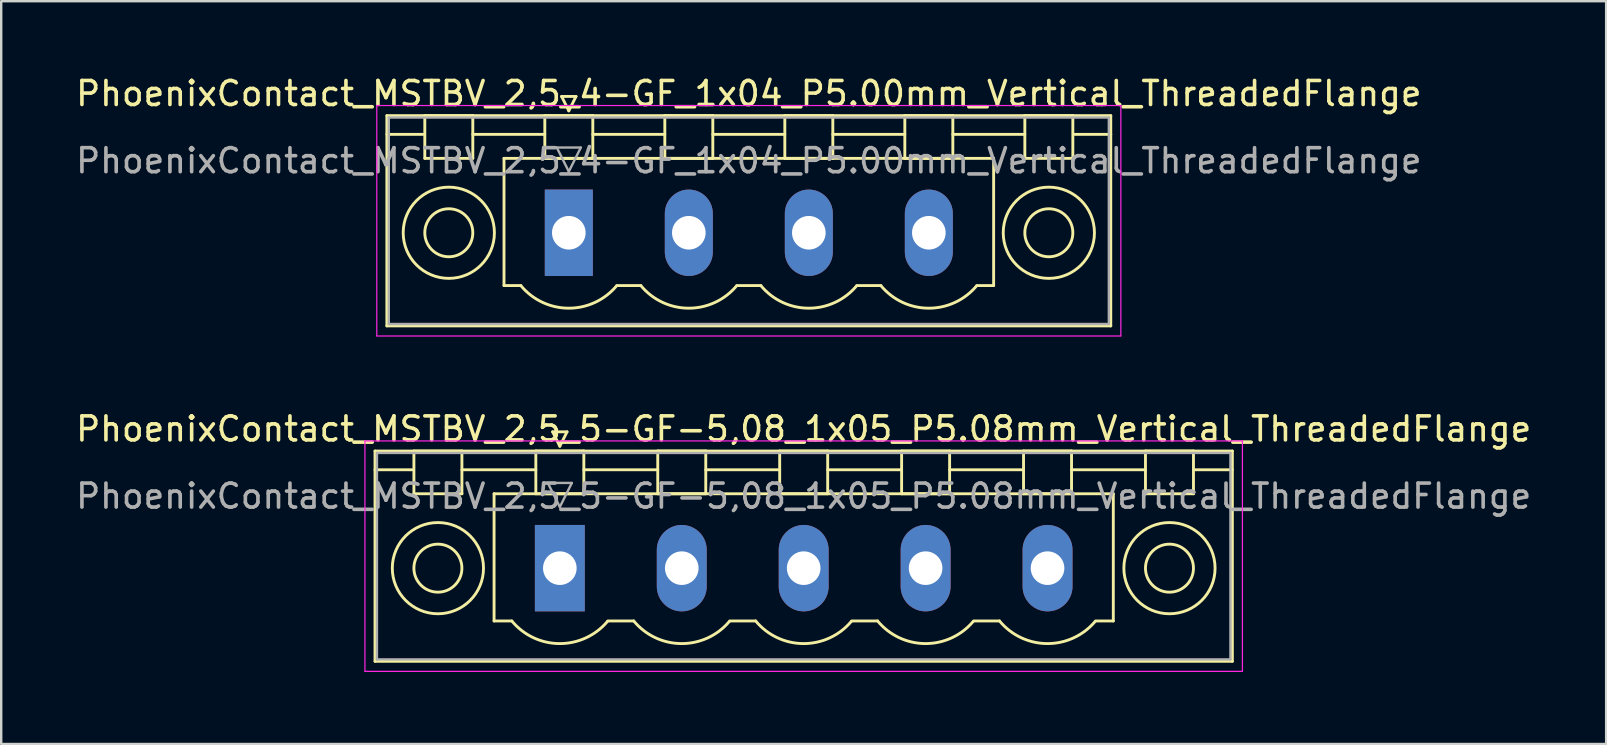
<source format=kicad_pcb>
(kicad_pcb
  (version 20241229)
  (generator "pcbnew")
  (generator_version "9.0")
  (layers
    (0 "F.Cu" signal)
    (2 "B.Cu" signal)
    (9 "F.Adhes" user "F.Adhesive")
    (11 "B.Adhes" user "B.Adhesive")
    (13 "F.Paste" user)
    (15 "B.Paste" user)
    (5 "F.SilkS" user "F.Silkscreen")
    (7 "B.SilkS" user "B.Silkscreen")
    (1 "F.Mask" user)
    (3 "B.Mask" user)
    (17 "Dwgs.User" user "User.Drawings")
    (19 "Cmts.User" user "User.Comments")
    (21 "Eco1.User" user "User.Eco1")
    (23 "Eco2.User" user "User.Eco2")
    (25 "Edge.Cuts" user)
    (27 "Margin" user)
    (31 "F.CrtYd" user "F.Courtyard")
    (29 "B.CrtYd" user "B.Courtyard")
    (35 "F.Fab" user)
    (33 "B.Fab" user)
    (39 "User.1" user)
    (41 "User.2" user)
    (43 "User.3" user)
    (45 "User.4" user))
  (footprint "PhoenixContact_MSTBV_2,5_5-GF-5,08_1x05_P5.08mm_Vertical_ThreadedFlange"
    (layer "F.Cu")
    (at 20.275 20.622)
    (property "Reference" "PhoenixContact_MSTBV_2,5_5-GF-5,08_1x05_P5.08mm_Vertical_ThreadedFlange" (at 10.16 -5.8 0) (layer "F.SilkS") (effects (font (size 1 1) (thickness 0.15))))
    (attr through_hole)
    (fp_line (start -7.7 -4.88) (end -7.7 3.88) (stroke (width 0.12) (type solid)) (layer "F.SilkS"))
    (fp_line (start -7.7 -4.1) (end -6.16 -4.1) (stroke (width 0.12) (type solid)) (layer "F.SilkS"))
    (fp_line (start -7.7 3.88) (end 28.02 3.88) (stroke (width 0.12) (type solid)) (layer "F.SilkS"))
    (fp_line (start -6.08 -4.88) (end -4.08 -4.88) (stroke (width 0.12) (type solid)) (layer "F.SilkS"))
    (fp_line (start -6.08 -3.1) (end -6.08 -4.88) (stroke (width 0.12) (type solid)) (layer "F.SilkS"))
    (fp_line (start -4.08 -4.88) (end -4.08 -3.1) (stroke (width 0.12) (type solid)) (layer "F.SilkS"))
    (fp_line (start -4.08 -4.1) (end -1 -4.1) (stroke (width 0.12) (type solid)) (layer "F.SilkS"))
    (fp_line (start -4.08 -3.1) (end -6.08 -3.1) (stroke (width 0.12) (type solid)) (layer "F.SilkS"))
    (fp_line (start -2.74 -3.1) (end 23.06 -3.1) (stroke (width 0.12) (type solid)) (layer "F.SilkS"))
    (fp_line (start -2.74 2.2) (end -2.74 -3.1) (stroke (width 0.12) (type solid)) (layer "F.SilkS"))
    (fp_line (start -2 2.2) (end -2.74 2.2) (stroke (width 0.12) (type solid)) (layer "F.SilkS"))
    (fp_line (start -1 -4.88) (end 1 -4.88) (stroke (width 0.12) (type solid)) (layer "F.SilkS"))
    (fp_line (start -1 -3.1) (end -1 -4.88) (stroke (width 0.12) (type solid)) (layer "F.SilkS"))
    (fp_line (start -0.3 -5.68) (end 0.3 -5.68) (stroke (width 0.12) (type solid)) (layer "F.SilkS"))
    (fp_line (start 0 -5.08) (end -0.3 -5.68) (stroke (width 0.12) (type solid)) (layer "F.SilkS"))
    (fp_line (start 0.3 -5.68) (end 0 -5.08) (stroke (width 0.12) (type solid)) (layer "F.SilkS"))
    (fp_line (start 1 -4.88) (end 1 -3.1) (stroke (width 0.12) (type solid)) (layer "F.SilkS"))
    (fp_line (start 1 -4.1) (end 4.08 -4.1) (stroke (width 0.12) (type solid)) (layer "F.SilkS"))
    (fp_line (start 1 -3.1) (end -1 -3.1) (stroke (width 0.12) (type solid)) (layer "F.SilkS"))
    (fp_line (start 2 2.2) (end 3.08 2.2) (stroke (width 0.12) (type solid)) (layer "F.SilkS"))
    (fp_line (start 4.08 -4.88) (end 6.08 -4.88) (stroke (width 0.12) (type solid)) (layer "F.SilkS"))
    (fp_line (start 4.08 -3.1) (end 4.08 -4.88) (stroke (width 0.12) (type solid)) (layer "F.SilkS"))
    (fp_line (start 6.08 -4.88) (end 6.08 -3.1) (stroke (width 0.12) (type solid)) (layer "F.SilkS"))
    (fp_line (start 6.08 -4.1) (end 9.16 -4.1) (stroke (width 0.12) (type solid)) (layer "F.SilkS"))
    (fp_line (start 6.08 -3.1) (end 4.08 -3.1) (stroke (width 0.12) (type solid)) (layer "F.SilkS"))
    (fp_line (start 7.08 2.2) (end 8.16 2.2) (stroke (width 0.12) (type solid)) (layer "F.SilkS"))
    (fp_line (start 9.16 -4.88) (end 11.16 -4.88) (stroke (width 0.12) (type solid)) (layer "F.SilkS"))
    (fp_line (start 9.16 -3.1) (end 9.16 -4.88) (stroke (width 0.12) (type solid)) (layer "F.SilkS"))
    (fp_line (start 11.16 -4.88) (end 11.16 -3.1) (stroke (width 0.12) (type solid)) (layer "F.SilkS"))
    (fp_line (start 11.16 -4.1) (end 14.24 -4.1) (stroke (width 0.12) (type solid)) (layer "F.SilkS"))
    (fp_line (start 11.16 -3.1) (end 9.16 -3.1) (stroke (width 0.12) (type solid)) (layer "F.SilkS"))
    (fp_line (start 12.16 2.2) (end 13.24 2.2) (stroke (width 0.12) (type solid)) (layer "F.SilkS"))
    (fp_line (start 14.24 -4.88) (end 16.24 -4.88) (stroke (width 0.12) (type solid)) (layer "F.SilkS"))
    (fp_line (start 14.24 -3.1) (end 14.24 -4.88) (stroke (width 0.12) (type solid)) (layer "F.SilkS"))
    (fp_line (start 16.24 -4.88) (end 16.24 -3.1) (stroke (width 0.12) (type solid)) (layer "F.SilkS"))
    (fp_line (start 16.24 -4.1) (end 19.32 -4.1) (stroke (width 0.12) (type solid)) (layer "F.SilkS"))
    (fp_line (start 16.24 -3.1) (end 14.24 -3.1) (stroke (width 0.12) (type solid)) (layer "F.SilkS"))
    (fp_line (start 17.24 2.2) (end 18.32 2.2) (stroke (width 0.12) (type solid)) (layer "F.SilkS"))
    (fp_line (start 19.32 -4.88) (end 21.32 -4.88) (stroke (width 0.12) (type solid)) (layer "F.SilkS"))
    (fp_line (start 19.32 -3.1) (end 19.32 -4.88) (stroke (width 0.12) (type solid)) (layer "F.SilkS"))
    (fp_line (start 21.32 -4.88) (end 21.32 -3.1) (stroke (width 0.12) (type solid)) (layer "F.SilkS"))
    (fp_line (start 21.32 -4.1) (end 24.4 -4.1) (stroke (width 0.12) (type solid)) (layer "F.SilkS"))
    (fp_line (start 21.32 -3.1) (end 19.32 -3.1) (stroke (width 0.12) (type solid)) (layer "F.SilkS"))
    (fp_line (start 23.06 -3.1) (end 23.06 2.2) (stroke (width 0.12) (type solid)) (layer "F.SilkS"))
    (fp_line (start 23.06 2.2) (end 22.32 2.2) (stroke (width 0.12) (type solid)) (layer "F.SilkS"))
    (fp_line (start 24.4 -4.88) (end 26.4 -4.88) (stroke (width 0.12) (type solid)) (layer "F.SilkS"))
    (fp_line (start 24.4 -3.1) (end 24.4 -4.88) (stroke (width 0.12) (type solid)) (layer "F.SilkS"))
    (fp_line (start 26.4 -4.88) (end 26.4 -3.1) (stroke (width 0.12) (type solid)) (layer "F.SilkS"))
    (fp_line (start 26.4 -3.1) (end 24.4 -3.1) (stroke (width 0.12) (type solid)) (layer "F.SilkS"))
    (fp_line (start 28.02 -4.88) (end -7.7 -4.88) (stroke (width 0.12) (type solid)) (layer "F.SilkS"))
    (fp_line (start 28.02 -4.1) (end 26.48 -4.1) (stroke (width 0.12) (type solid)) (layer "F.SilkS"))
    (fp_line (start 28.02 3.88) (end 28.02 -4.88) (stroke (width 0.12) (type solid)) (layer "F.SilkS"))
    (fp_arc (start 1.986842 2.215821) (mid -0.010289 3.142758) (end -2 2.2) (stroke (width 0.12) (type solid)) (layer "F.SilkS"))
    (fp_arc (start 7.066842 2.215821) (mid 5.069711 3.142758) (end 3.08 2.2) (stroke (width 0.12) (type solid)) (layer "F.SilkS"))
    (fp_arc (start 12.146842 2.215821) (mid 10.149711 3.142758) (end 8.16 2.2) (stroke (width 0.12) (type solid)) (layer "F.SilkS"))
    (fp_arc (start 17.226842 2.215821) (mid 15.229711 3.142758) (end 13.24 2.2) (stroke (width 0.12) (type solid)) (layer "F.SilkS"))
    (fp_arc (start 22.306842 2.215821) (mid 20.309711 3.142758) (end 18.32 2.2) (stroke (width 0.12) (type solid)) (layer "F.SilkS"))
    (fp_circle (center -5.08 0) (end -4.08 0) (stroke (width 0.12) (type solid)) (fill no) (layer "F.SilkS"))
    (fp_circle (center -5.08 0) (end -3.18 0) (stroke (width 0.12) (type solid)) (fill no) (layer "F.SilkS"))
    (fp_circle (center 25.4 0) (end 26.4 0) (stroke (width 0.12) (type solid)) (fill no) (layer "F.SilkS"))
    (fp_circle (center 25.4 0) (end 27.3 0) (stroke (width 0.12) (type solid)) (fill no) (layer "F.SilkS"))
    (fp_line (start -8.12 -5.3) (end -8.12 4.3) (stroke (width 0.05) (type solid)) (layer "F.CrtYd"))
    (fp_line (start -8.12 4.3) (end 28.44 4.3) (stroke (width 0.05) (type solid)) (layer "F.CrtYd"))
    (fp_line (start 28.44 -5.3) (end -8.12 -5.3) (stroke (width 0.05) (type solid)) (layer "F.CrtYd"))
    (fp_line (start 28.44 4.3) (end 28.44 -5.3) (stroke (width 0.05) (type solid)) (layer "F.CrtYd"))
    (fp_line (start -7.62 -4.8) (end -7.62 3.8) (stroke (width 0.1) (type solid)) (layer "F.Fab"))
    (fp_line (start -7.62 3.8) (end 27.94 3.8) (stroke (width 0.1) (type solid)) (layer "F.Fab"))
    (fp_line (start -0.5 -3.55) (end 0.5 -3.55) (stroke (width 0.1) (type solid)) (layer "F.Fab"))
    (fp_line (start 0 -2.55) (end -0.5 -3.55) (stroke (width 0.1) (type solid)) (layer "F.Fab"))
    (fp_line (start 0.5 -3.55) (end 0 -2.55) (stroke (width 0.1) (type solid)) (layer "F.Fab"))
    (fp_line (start 27.94 -4.8) (end -7.62 -4.8) (stroke (width 0.1) (type solid)) (layer "F.Fab"))
    (fp_line (start 27.94 3.8) (end 27.94 -4.8) (stroke (width 0.1) (type solid)) (layer "F.Fab"))
    (fp_text user "${REFERENCE}" (at 10.16 -3 0) (layer "F.Fab") (effects (font (size 1 1) (thickness 0.15))))
    (pad "1" thru_hole rect (at 0 0) (size 2.08 3.6) (drill 1.4) (layers "*.Cu" "*.Mask"))
    (pad "2" thru_hole oval (at 5.08 0) (size 2.08 3.6) (drill 1.4) (layers "*.Cu" "*.Mask"))
    (pad "3" thru_hole oval (at 10.16 0) (size 2.08 3.6) (drill 1.4) (layers "*.Cu" "*.Mask"))
    (pad "4" thru_hole oval (at 15.24 0) (size 2.08 3.6) (drill 1.4) (layers "*.Cu" "*.Mask"))
    (pad "5" thru_hole oval (at 20.32 0) (size 2.08 3.6) (drill 1.4) (layers "*.Cu" "*.Mask")))
  (footprint "PhoenixContact_MSTBV_2,5_4-GF_1x04_P5.00mm_Vertical_ThreadedFlange"
    (layer "F.Cu")
    (at 20.649 6.648)
    (property "Reference" "PhoenixContact_MSTBV_2,5_4-GF_1x04_P5.00mm_Vertical_ThreadedFlange" (at 7.5 -5.8 0) (layer "F.SilkS") (effects (font (size 1 1) (thickness 0.15))))
    (attr through_hole)
    (fp_line (start -7.58 -4.88) (end -7.58 3.88) (stroke (width 0.12) (type solid)) (layer "F.SilkS"))
    (fp_line (start -7.58 -4.1) (end -6.08 -4.1) (stroke (width 0.12) (type solid)) (layer "F.SilkS"))
    (fp_line (start -7.58 3.88) (end 22.58 3.88) (stroke (width 0.12) (type solid)) (layer "F.SilkS"))
    (fp_line (start -6 -4.88) (end -4 -4.88) (stroke (width 0.12) (type solid)) (layer "F.SilkS"))
    (fp_line (start -6 -3.1) (end -6 -4.88) (stroke (width 0.12) (type solid)) (layer "F.SilkS"))
    (fp_line (start -4 -4.88) (end -4 -3.1) (stroke (width 0.12) (type solid)) (layer "F.SilkS"))
    (fp_line (start -4 -4.1) (end -1 -4.1) (stroke (width 0.12) (type solid)) (layer "F.SilkS"))
    (fp_line (start -4 -3.1) (end -6 -3.1) (stroke (width 0.12) (type solid)) (layer "F.SilkS"))
    (fp_line (start -2.7 -3.1) (end 17.7 -3.1) (stroke (width 0.12) (type solid)) (layer "F.SilkS"))
    (fp_line (start -2.7 2.2) (end -2.7 -3.1) (stroke (width 0.12) (type solid)) (layer "F.SilkS"))
    (fp_line (start -2 2.2) (end -2.7 2.2) (stroke (width 0.12) (type solid)) (layer "F.SilkS"))
    (fp_line (start -1 -4.88) (end 1 -4.88) (stroke (width 0.12) (type solid)) (layer "F.SilkS"))
    (fp_line (start -1 -3.1) (end -1 -4.88) (stroke (width 0.12) (type solid)) (layer "F.SilkS"))
    (fp_line (start -0.3 -5.68) (end 0.3 -5.68) (stroke (width 0.12) (type solid)) (layer "F.SilkS"))
    (fp_line (start 0 -5.08) (end -0.3 -5.68) (stroke (width 0.12) (type solid)) (layer "F.SilkS"))
    (fp_line (start 0.3 -5.68) (end 0 -5.08) (stroke (width 0.12) (type solid)) (layer "F.SilkS"))
    (fp_line (start 1 -4.88) (end 1 -3.1) (stroke (width 0.12) (type solid)) (layer "F.SilkS"))
    (fp_line (start 1 -4.1) (end 4 -4.1) (stroke (width 0.12) (type solid)) (layer "F.SilkS"))
    (fp_line (start 1 -3.1) (end -1 -3.1) (stroke (width 0.12) (type solid)) (layer "F.SilkS"))
    (fp_line (start 2 2.2) (end 3 2.2) (stroke (width 0.12) (type solid)) (layer "F.SilkS"))
    (fp_line (start 4 -4.88) (end 6 -4.88) (stroke (width 0.12) (type solid)) (layer "F.SilkS"))
    (fp_line (start 4 -3.1) (end 4 -4.88) (stroke (width 0.12) (type solid)) (layer "F.SilkS"))
    (fp_line (start 6 -4.88) (end 6 -3.1) (stroke (width 0.12) (type solid)) (layer "F.SilkS"))
    (fp_line (start 6 -4.1) (end 9 -4.1) (stroke (width 0.12) (type solid)) (layer "F.SilkS"))
    (fp_line (start 6 -3.1) (end 4 -3.1) (stroke (width 0.12) (type solid)) (layer "F.SilkS"))
    (fp_line (start 7 2.2) (end 8 2.2) (stroke (width 0.12) (type solid)) (layer "F.SilkS"))
    (fp_line (start 9 -4.88) (end 11 -4.88) (stroke (width 0.12) (type solid)) (layer "F.SilkS"))
    (fp_line (start 9 -3.1) (end 9 -4.88) (stroke (width 0.12) (type solid)) (layer "F.SilkS"))
    (fp_line (start 11 -4.88) (end 11 -3.1) (stroke (width 0.12) (type solid)) (layer "F.SilkS"))
    (fp_line (start 11 -4.1) (end 14 -4.1) (stroke (width 0.12) (type solid)) (layer "F.SilkS"))
    (fp_line (start 11 -3.1) (end 9 -3.1) (stroke (width 0.12) (type solid)) (layer "F.SilkS"))
    (fp_line (start 12 2.2) (end 13 2.2) (stroke (width 0.12) (type solid)) (layer "F.SilkS"))
    (fp_line (start 14 -4.88) (end 16 -4.88) (stroke (width 0.12) (type solid)) (layer "F.SilkS"))
    (fp_line (start 14 -3.1) (end 14 -4.88) (stroke (width 0.12) (type solid)) (layer "F.SilkS"))
    (fp_line (start 16 -4.88) (end 16 -3.1) (stroke (width 0.12) (type solid)) (layer "F.SilkS"))
    (fp_line (start 16 -4.1) (end 19 -4.1) (stroke (width 0.12) (type solid)) (layer "F.SilkS"))
    (fp_line (start 16 -3.1) (end 14 -3.1) (stroke (width 0.12) (type solid)) (layer "F.SilkS"))
    (fp_line (start 17.7 -3.1) (end 17.7 2.2) (stroke (width 0.12) (type solid)) (layer "F.SilkS"))
    (fp_line (start 17.7 2.2) (end 17 2.2) (stroke (width 0.12) (type solid)) (layer "F.SilkS"))
    (fp_line (start 19 -4.88) (end 21 -4.88) (stroke (width 0.12) (type solid)) (layer "F.SilkS"))
    (fp_line (start 19 -3.1) (end 19 -4.88) (stroke (width 0.12) (type solid)) (layer "F.SilkS"))
    (fp_line (start 21 -4.88) (end 21 -3.1) (stroke (width 0.12) (type solid)) (layer "F.SilkS"))
    (fp_line (start 21 -3.1) (end 19 -3.1) (stroke (width 0.12) (type solid)) (layer "F.SilkS"))
    (fp_line (start 22.58 -4.88) (end -7.58 -4.88) (stroke (width 0.12) (type solid)) (layer "F.SilkS"))
    (fp_line (start 22.58 -4.1) (end 21.08 -4.1) (stroke (width 0.12) (type solid)) (layer "F.SilkS"))
    (fp_line (start 22.58 3.88) (end 22.58 -4.88) (stroke (width 0.12) (type solid)) (layer "F.SilkS"))
    (fp_arc (start 1.986842 2.215821) (mid -0.010289 3.142758) (end -2 2.2) (stroke (width 0.12) (type solid)) (layer "F.SilkS"))
    (fp_arc (start 6.986842 2.215821) (mid 4.989711 3.142758) (end 3 2.2) (stroke (width 0.12) (type solid)) (layer "F.SilkS"))
    (fp_arc (start 11.986842 2.215821) (mid 9.989711 3.142758) (end 8 2.2) (stroke (width 0.12) (type solid)) (layer "F.SilkS"))
    (fp_arc (start 16.986842 2.215821) (mid 14.989711 3.142758) (end 13 2.2) (stroke (width 0.12) (type solid)) (layer "F.SilkS"))
    (fp_circle (center -5 0) (end -4 0) (stroke (width 0.12) (type solid)) (fill no) (layer "F.SilkS"))
    (fp_circle (center -5 0) (end -3.1 0) (stroke (width 0.12) (type solid)) (fill no) (layer "F.SilkS"))
    (fp_circle (center 20 0) (end 21 0) (stroke (width 0.12) (type solid)) (fill no) (layer "F.SilkS"))
    (fp_circle (center 20 0) (end 21.9 0) (stroke (width 0.12) (type solid)) (fill no) (layer "F.SilkS"))
    (fp_line (start -8 -5.3) (end -8 4.3) (stroke (width 0.05) (type solid)) (layer "F.CrtYd"))
    (fp_line (start -8 4.3) (end 23 4.3) (stroke (width 0.05) (type solid)) (layer "F.CrtYd"))
    (fp_line (start 23 -5.3) (end -8 -5.3) (stroke (width 0.05) (type solid)) (layer "F.CrtYd"))
    (fp_line (start 23 4.3) (end 23 -5.3) (stroke (width 0.05) (type solid)) (layer "F.CrtYd"))
    (fp_line (start -7.5 -4.8) (end -7.5 3.8) (stroke (width 0.1) (type solid)) (layer "F.Fab"))
    (fp_line (start -7.5 3.8) (end 22.5 3.8) (stroke (width 0.1) (type solid)) (layer "F.Fab"))
    (fp_line (start -0.5 -3.55) (end 0.5 -3.55) (stroke (width 0.1) (type solid)) (layer "F.Fab"))
    (fp_line (start 0 -2.55) (end -0.5 -3.55) (stroke (width 0.1) (type solid)) (layer "F.Fab"))
    (fp_line (start 0.5 -3.55) (end 0 -2.55) (stroke (width 0.1) (type solid)) (layer "F.Fab"))
    (fp_line (start 22.5 -4.8) (end -7.5 -4.8) (stroke (width 0.1) (type solid)) (layer "F.Fab"))
    (fp_line (start 22.5 3.8) (end 22.5 -4.8) (stroke (width 0.1) (type solid)) (layer "F.Fab"))
    (fp_text user "${REFERENCE}" (at 7.5 -3 0) (layer "F.Fab") (effects (font (size 1 1) (thickness 0.15))))
    (pad "1" thru_hole rect (at 0 0) (size 2 3.6) (drill 1.4) (layers "*.Cu" "*.Mask"))
    (pad "2" thru_hole oval (at 5 0) (size 2 3.6) (drill 1.4) (layers "*.Cu" "*.Mask"))
    (pad "3" thru_hole oval (at 10 0) (size 2 3.6) (drill 1.4) (layers "*.Cu" "*.Mask"))
    (pad "4" thru_hole oval (at 15 0) (size 2 3.6) (drill 1.4) (layers "*.Cu" "*.Mask")))
  (gr_rect
    (start -3 -3)
    (end 63.869 27.947)
    (stroke (width 0.1) (type default))
    (fill no)
    (layer "Edge.Cuts")))
</source>
